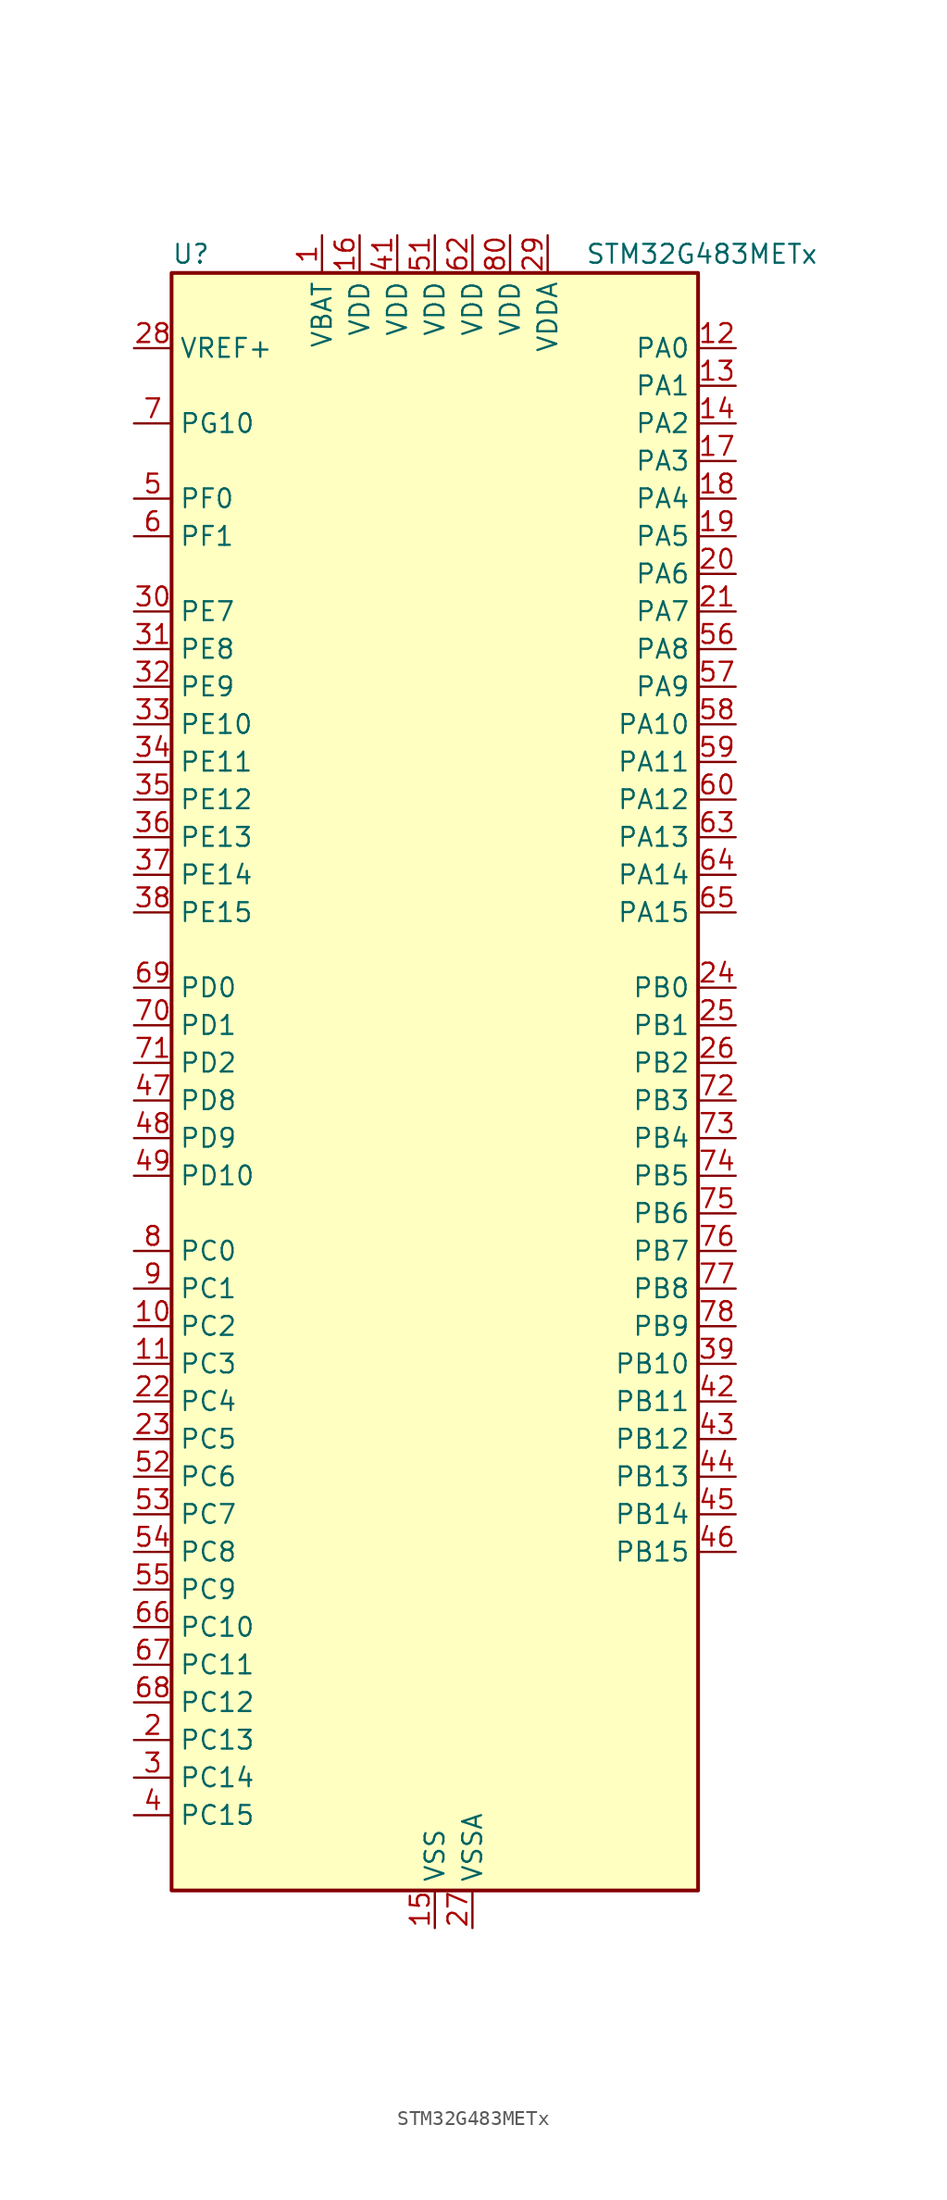
<source format=kicad_sym>
(kicad_symbol_lib
  (version 20241209)
  (generator "kicad_symbol_editor")
  (generator_version "9.0")
  (symbol "STM32G483METx"
    (property "Reference" "U"
      (at -17.78 57.15 0)
      (effects (font (size 1.27 1.27)) (justify left)))
    (property "Value" "STM32G483METx"
      (at 10.16 57.15 0)
      (effects (font (size 1.27 1.27)) (justify left)))
    (symbol "STM32G483METx_0_1"
      (rectangle (start -17.78 -53.34) (end 17.78 55.88) (stroke (width 0.254) (type default)) (fill (type background))))
    (symbol "STM32G483METx_1_1"
      (pin input line (at -20.32 50.8 0) (length 2.54) (name "VREF+" (effects (font (size 1.27 1.27)))) (number "28" (effects (font (size 1.27 1.27)))) (alternate "VREFBUF_OUT" bidirectional line))
      (pin bidirectional line (at -20.32 45.72 0) (length 2.54) (name "PG10" (effects (font (size 1.27 1.27)))) (number "7" (effects (font (size 1.27 1.27)))) (alternate "DAC1_EXTI10" bidirectional line) (alternate "DAC2_EXTI10" bidirectional line) (alternate "DAC3_EXTI10" bidirectional line) (alternate "DAC4_EXTI10" bidirectional line) (alternate "RCC_MCO" bidirectional line))
      (pin bidirectional line (at -20.32 40.64 0) (length 2.54) (name "PF0" (effects (font (size 1.27 1.27)))) (number "5" (effects (font (size 1.27 1.27)))) (alternate "ADC1_IN10" bidirectional line) (alternate "I2C2_SDA" bidirectional line) (alternate "I2S2_WS" bidirectional line) (alternate "RCC_OSC_IN" bidirectional line) (alternate "SPI2_NSS" bidirectional line) (alternate "TIM1_CH3N" bidirectional line))
      (pin bidirectional line (at -20.32 38.1 0) (length 2.54) (name "PF1" (effects (font (size 1.27 1.27)))) (number "6" (effects (font (size 1.27 1.27)))) (alternate "ADC2_IN10" bidirectional line) (alternate "COMP3_INM" bidirectional line) (alternate "I2S2_CK" bidirectional line) (alternate "RCC_OSC_OUT" bidirectional line) (alternate "SPI2_SCK" bidirectional line))
      (pin bidirectional line (at -20.32 33.02 0) (length 2.54) (name "PE7" (effects (font (size 1.27 1.27)))) (number "30" (effects (font (size 1.27 1.27)))) (alternate "ADC3_IN4" bidirectional line) (alternate "COMP4_INP" bidirectional line) (alternate "SAI1_SD_B" bidirectional line) (alternate "TIM1_ETR" bidirectional line))
      (pin bidirectional line (at -20.32 30.48 0) (length 2.54) (name "PE8" (effects (font (size 1.27 1.27)))) (number "31" (effects (font (size 1.27 1.27)))) (alternate "ADC3_IN6" bidirectional line) (alternate "ADC4_IN6" bidirectional line) (alternate "ADC5_IN6" bidirectional line) (alternate "COMP4_INM" bidirectional line) (alternate "SAI1_SCK_B" bidirectional line) (alternate "TIM1_CH1N" bidirectional line) (alternate "TIM5_CH3" bidirectional line))
      (pin bidirectional line (at -20.32 27.94 0) (length 2.54) (name "PE9" (effects (font (size 1.27 1.27)))) (number "32" (effects (font (size 1.27 1.27)))) (alternate "ADC3_IN2" bidirectional line) (alternate "DAC1_EXTI9" bidirectional line) (alternate "DAC2_EXTI9" bidirectional line) (alternate "DAC3_EXTI9" bidirectional line) (alternate "DAC4_EXTI9" bidirectional line) (alternate "SAI1_FS_B" bidirectional line) (alternate "TIM1_CH1" bidirectional line) (alternate "TIM5_CH4" bidirectional line))
      (pin bidirectional line (at -20.32 25.4 0) (length 2.54) (name "PE10" (effects (font (size 1.27 1.27)))) (number "33" (effects (font (size 1.27 1.27)))) (alternate "ADC3_IN14" bidirectional line) (alternate "ADC4_IN14" bidirectional line) (alternate "ADC5_IN14" bidirectional line) (alternate "DAC1_EXTI10" bidirectional line) (alternate "DAC2_EXTI10" bidirectional line) (alternate "DAC3_EXTI10" bidirectional line) (alternate "DAC4_EXTI10" bidirectional line) (alternate "QUADSPI1_CLK" bidirectional line) (alternate "SAI1_MCLK_B" bidirectional line) (alternate "TIM1_CH2N" bidirectional line))
      (pin bidirectional line (at -20.32 22.86 0) (length 2.54) (name "PE11" (effects (font (size 1.27 1.27)))) (number "34" (effects (font (size 1.27 1.27)))) (alternate "ADC1_EXTI11" bidirectional line) (alternate "ADC2_EXTI11" bidirectional line) (alternate "ADC3_IN15" bidirectional line) (alternate "ADC4_IN15" bidirectional line) (alternate "ADC5_IN15" bidirectional line) (alternate "QUADSPI1_BK1_NCS" bidirectional line) (alternate "SPI4_NSS" bidirectional line) (alternate "TIM1_CH2" bidirectional line))
      (pin bidirectional line (at -20.32 20.32 0) (length 2.54) (name "PE12" (effects (font (size 1.27 1.27)))) (number "35" (effects (font (size 1.27 1.27)))) (alternate "ADC3_IN16" bidirectional line) (alternate "ADC4_IN16" bidirectional line) (alternate "ADC5_IN16" bidirectional line) (alternate "QUADSPI1_BK1_IO0" bidirectional line) (alternate "SPI4_SCK" bidirectional line) (alternate "TIM1_CH3N" bidirectional line))
      (pin bidirectional line (at -20.32 17.78 0) (length 2.54) (name "PE13" (effects (font (size 1.27 1.27)))) (number "36" (effects (font (size 1.27 1.27)))) (alternate "ADC3_IN3" bidirectional line) (alternate "QUADSPI1_BK1_IO1" bidirectional line) (alternate "SPI4_MISO" bidirectional line) (alternate "TIM1_CH3" bidirectional line))
      (pin bidirectional line (at -20.32 15.24 0) (length 2.54) (name "PE14" (effects (font (size 1.27 1.27)))) (number "37" (effects (font (size 1.27 1.27)))) (alternate "ADC4_IN1" bidirectional line) (alternate "QUADSPI1_BK1_IO2" bidirectional line) (alternate "SPI4_MOSI" bidirectional line) (alternate "TIM1_BKIN2" bidirectional line) (alternate "TIM1_CH4" bidirectional line))
      (pin bidirectional line (at -20.32 12.7 0) (length 2.54) (name "PE15" (effects (font (size 1.27 1.27)))) (number "38" (effects (font (size 1.27 1.27)))) (alternate "ADC1_EXTI15" bidirectional line) (alternate "ADC2_EXTI15" bidirectional line) (alternate "ADC4_IN2" bidirectional line) (alternate "QUADSPI1_BK1_IO3" bidirectional line) (alternate "TIM1_BKIN" bidirectional line) (alternate "TIM1_CH4N" bidirectional line) (alternate "USART3_RX" bidirectional line))
      (pin bidirectional line (at -20.32 7.62 0) (length 2.54) (name "PD0" (effects (font (size 1.27 1.27)))) (number "69" (effects (font (size 1.27 1.27)))) (alternate "FDCAN1_RX" bidirectional line) (alternate "TIM8_CH4N" bidirectional line))
      (pin bidirectional line (at -20.32 5.08 0) (length 2.54) (name "PD1" (effects (font (size 1.27 1.27)))) (number "70" (effects (font (size 1.27 1.27)))) (alternate "FDCAN1_TX" bidirectional line) (alternate "TIM8_BKIN2" bidirectional line) (alternate "TIM8_CH4" bidirectional line))
      (pin bidirectional line (at -20.32 2.54 0) (length 2.54) (name "PD2" (effects (font (size 1.27 1.27)))) (number "71" (effects (font (size 1.27 1.27)))) (alternate "ADC3_EXTI2" bidirectional line) (alternate "ADC4_EXTI2" bidirectional line) (alternate "ADC5_EXTI2" bidirectional line) (alternate "TIM3_ETR" bidirectional line) (alternate "TIM8_BKIN" bidirectional line) (alternate "UART5_RX" bidirectional line))
      (pin bidirectional line (at -20.32 0 0) (length 2.54) (name "PD8" (effects (font (size 1.27 1.27)))) (number "47" (effects (font (size 1.27 1.27)))) (alternate "ADC4_IN12" bidirectional line) (alternate "ADC5_IN12" bidirectional line) (alternate "OPAMP4_VINM" bidirectional line) (alternate "OPAMP4_VINM1" bidirectional line) (alternate "OPAMP4_VINM_SEC" bidirectional line) (alternate "USART3_TX" bidirectional line))
      (pin bidirectional line (at -20.32 -2.54 0) (length 2.54) (name "PD9" (effects (font (size 1.27 1.27)))) (number "48" (effects (font (size 1.27 1.27)))) (alternate "ADC4_IN13" bidirectional line) (alternate "ADC5_IN13" bidirectional line) (alternate "DAC1_EXTI9" bidirectional line) (alternate "DAC2_EXTI9" bidirectional line) (alternate "DAC3_EXTI9" bidirectional line) (alternate "DAC4_EXTI9" bidirectional line) (alternate "OPAMP6_VINP" bidirectional line) (alternate "OPAMP6_VINP_SEC" bidirectional line) (alternate "USART3_RX" bidirectional line))
      (pin bidirectional line (at -20.32 -5.08 0) (length 2.54) (name "PD10" (effects (font (size 1.27 1.27)))) (number "49" (effects (font (size 1.27 1.27)))) (alternate "ADC3_IN7" bidirectional line) (alternate "ADC4_IN7" bidirectional line) (alternate "ADC5_IN7" bidirectional line) (alternate "COMP6_INM" bidirectional line) (alternate "DAC1_EXTI10" bidirectional line) (alternate "DAC2_EXTI10" bidirectional line) (alternate "DAC3_EXTI10" bidirectional line) (alternate "DAC4_EXTI10" bidirectional line) (alternate "USART3_CK" bidirectional line))
      (pin bidirectional line (at -20.32 -10.16 0) (length 2.54) (name "PC0" (effects (font (size 1.27 1.27)))) (number "8" (effects (font (size 1.27 1.27)))) (alternate "ADC1_IN6" bidirectional line) (alternate "ADC2_IN6" bidirectional line) (alternate "COMP3_INM" bidirectional line) (alternate "LPTIM1_IN1" bidirectional line) (alternate "LPUART1_RX" bidirectional line) (alternate "TIM1_CH1" bidirectional line))
      (pin bidirectional line (at -20.32 -12.7 0) (length 2.54) (name "PC1" (effects (font (size 1.27 1.27)))) (number "9" (effects (font (size 1.27 1.27)))) (alternate "ADC1_IN7" bidirectional line) (alternate "ADC2_IN7" bidirectional line) (alternate "COMP3_INP" bidirectional line) (alternate "LPTIM1_OUT" bidirectional line) (alternate "LPUART1_TX" bidirectional line) (alternate "QUADSPI1_BK2_IO0" bidirectional line) (alternate "SAI1_SD_A" bidirectional line) (alternate "TIM1_CH2" bidirectional line))
      (pin bidirectional line (at -20.32 -15.24 0) (length 2.54) (name "PC2" (effects (font (size 1.27 1.27)))) (number "10" (effects (font (size 1.27 1.27)))) (alternate "ADC1_IN8" bidirectional line) (alternate "ADC2_IN8" bidirectional line) (alternate "ADC3_EXTI2" bidirectional line) (alternate "ADC4_EXTI2" bidirectional line) (alternate "ADC5_EXTI2" bidirectional line) (alternate "COMP3_OUT" bidirectional line) (alternate "LPTIM1_IN2" bidirectional line) (alternate "QUADSPI1_BK2_IO1" bidirectional line) (alternate "TIM1_CH3" bidirectional line) (alternate "TIM20_CH2" bidirectional line))
      (pin bidirectional line (at -20.32 -17.78 0) (length 2.54) (name "PC3" (effects (font (size 1.27 1.27)))) (number "11" (effects (font (size 1.27 1.27)))) (alternate "ADC1_IN9" bidirectional line) (alternate "ADC2_IN9" bidirectional line) (alternate "ADC3_EXTI3" bidirectional line) (alternate "ADC4_EXTI3" bidirectional line) (alternate "ADC5_EXTI3" bidirectional line) (alternate "LPTIM1_ETR" bidirectional line) (alternate "OPAMP5_VINP" bidirectional line) (alternate "OPAMP5_VINP_SEC" bidirectional line) (alternate "QUADSPI1_BK2_IO2" bidirectional line) (alternate "SAI1_D1" bidirectional line) (alternate "SAI1_SD_A" bidirectional line) (alternate "TIM1_BKIN2" bidirectional line) (alternate "TIM1_CH4" bidirectional line))
      (pin bidirectional line (at -20.32 -20.32 0) (length 2.54) (name "PC4" (effects (font (size 1.27 1.27)))) (number "22" (effects (font (size 1.27 1.27)))) (alternate "ADC2_IN5" bidirectional line) (alternate "I2C2_SCL" bidirectional line) (alternate "QUADSPI1_BK2_IO3" bidirectional line) (alternate "TIM1_ETR" bidirectional line) (alternate "USART1_TX" bidirectional line))
      (pin bidirectional line (at -20.32 -22.86 0) (length 2.54) (name "PC5" (effects (font (size 1.27 1.27)))) (number "23" (effects (font (size 1.27 1.27)))) (alternate "ADC2_IN11" bidirectional line) (alternate "OPAMP1_VINM" bidirectional line) (alternate "OPAMP1_VINM1" bidirectional line) (alternate "OPAMP1_VINM_SEC" bidirectional line) (alternate "OPAMP2_VINM" bidirectional line) (alternate "OPAMP2_VINM1" bidirectional line) (alternate "OPAMP2_VINM_SEC" bidirectional line) (alternate "SAI1_D3" bidirectional line) (alternate "SYS_WKUP5" bidirectional line) (alternate "TIM15_BKIN" bidirectional line) (alternate "TIM1_CH4N" bidirectional line) (alternate "USART1_RX" bidirectional line))
      (pin bidirectional line (at -20.32 -25.4 0) (length 2.54) (name "PC6" (effects (font (size 1.27 1.27)))) (number "52" (effects (font (size 1.27 1.27)))) (alternate "COMP6_OUT" bidirectional line) (alternate "I2C4_SCL" bidirectional line) (alternate "I2S2_MCK" bidirectional line) (alternate "TIM3_CH1" bidirectional line) (alternate "TIM8_CH1" bidirectional line))
      (pin bidirectional line (at -20.32 -27.94 0) (length 2.54) (name "PC7" (effects (font (size 1.27 1.27)))) (number "53" (effects (font (size 1.27 1.27)))) (alternate "COMP5_OUT" bidirectional line) (alternate "I2C4_SDA" bidirectional line) (alternate "I2S3_MCK" bidirectional line) (alternate "TIM3_CH2" bidirectional line) (alternate "TIM8_CH2" bidirectional line))
      (pin bidirectional line (at -20.32 -30.48 0) (length 2.54) (name "PC8" (effects (font (size 1.27 1.27)))) (number "54" (effects (font (size 1.27 1.27)))) (alternate "COMP7_OUT" bidirectional line) (alternate "I2C3_SCL" bidirectional line) (alternate "TIM20_CH3" bidirectional line) (alternate "TIM3_CH3" bidirectional line) (alternate "TIM8_CH3" bidirectional line))
      (pin bidirectional line (at -20.32 -33.02 0) (length 2.54) (name "PC9" (effects (font (size 1.27 1.27)))) (number "55" (effects (font (size 1.27 1.27)))) (alternate "DAC1_EXTI9" bidirectional line) (alternate "DAC2_EXTI9" bidirectional line) (alternate "DAC3_EXTI9" bidirectional line) (alternate "DAC4_EXTI9" bidirectional line) (alternate "I2C3_SDA" bidirectional line) (alternate "I2S_CKIN" bidirectional line) (alternate "TIM3_CH4" bidirectional line) (alternate "TIM8_BKIN2" bidirectional line) (alternate "TIM8_CH4" bidirectional line))
      (pin bidirectional line (at -20.32 -35.56 0) (length 2.54) (name "PC10" (effects (font (size 1.27 1.27)))) (number "66" (effects (font (size 1.27 1.27)))) (alternate "DAC1_EXTI10" bidirectional line) (alternate "DAC2_EXTI10" bidirectional line) (alternate "DAC3_EXTI10" bidirectional line) (alternate "DAC4_EXTI10" bidirectional line) (alternate "I2S3_CK" bidirectional line) (alternate "SPI3_SCK" bidirectional line) (alternate "TIM8_CH1N" bidirectional line) (alternate "UART4_TX" bidirectional line) (alternate "USART3_TX" bidirectional line))
      (pin bidirectional line (at -20.32 -38.1 0) (length 2.54) (name "PC11" (effects (font (size 1.27 1.27)))) (number "67" (effects (font (size 1.27 1.27)))) (alternate "ADC1_EXTI11" bidirectional line) (alternate "ADC2_EXTI11" bidirectional line) (alternate "I2C3_SDA" bidirectional line) (alternate "SPI3_MISO" bidirectional line) (alternate "TIM8_CH2N" bidirectional line) (alternate "UART4_RX" bidirectional line) (alternate "USART3_RX" bidirectional line))
      (pin bidirectional line (at -20.32 -40.64 0) (length 2.54) (name "PC12" (effects (font (size 1.27 1.27)))) (number "68" (effects (font (size 1.27 1.27)))) (alternate "I2S3_SD" bidirectional line) (alternate "SPI3_MOSI" bidirectional line) (alternate "TIM5_CH2" bidirectional line) (alternate "TIM8_CH3N" bidirectional line) (alternate "UART5_TX" bidirectional line) (alternate "UCPD1_FRSTX1" bidirectional line) (alternate "UCPD1_FRSTX2" bidirectional line) (alternate "USART3_CK" bidirectional line))
      (pin bidirectional line (at -20.32 -43.18 0) (length 2.54) (name "PC13" (effects (font (size 1.27 1.27)))) (number "2" (effects (font (size 1.27 1.27)))) (alternate "RTC_OUT1" bidirectional line) (alternate "RTC_TAMP1" bidirectional line) (alternate "RTC_TS" bidirectional line) (alternate "SYS_WKUP2" bidirectional line) (alternate "TIM1_BKIN" bidirectional line) (alternate "TIM1_CH1N" bidirectional line) (alternate "TIM8_CH4N" bidirectional line))
      (pin bidirectional line (at -20.32 -45.72 0) (length 2.54) (name "PC14" (effects (font (size 1.27 1.27)))) (number "3" (effects (font (size 1.27 1.27)))) (alternate "RCC_OSC32_IN" bidirectional line))
      (pin bidirectional line (at -20.32 -48.26 0) (length 2.54) (name "PC15" (effects (font (size 1.27 1.27)))) (number "4" (effects (font (size 1.27 1.27)))) (alternate "ADC1_EXTI15" bidirectional line) (alternate "ADC2_EXTI15" bidirectional line) (alternate "RCC_OSC32_OUT" bidirectional line))
      (pin power_in line (at -7.62 58.42 270) (length 2.54) (name "VBAT" (effects (font (size 1.27 1.27)))) (number "1" (effects (font (size 1.27 1.27)))))
      (pin power_in line (at -5.08 58.42 270) (length 2.54) (name "VDD" (effects (font (size 1.27 1.27)))) (number "16" (effects (font (size 1.27 1.27)))))
      (pin power_in line (at -2.54 58.42 270) (length 2.54) (name "VDD" (effects (font (size 1.27 1.27)))) (number "41" (effects (font (size 1.27 1.27)))))
      (pin power_in line (at 0 58.42 270) (length 2.54) (name "VDD" (effects (font (size 1.27 1.27)))) (number "51" (effects (font (size 1.27 1.27)))))
      (pin power_in line (at 0 -55.88 90) (length 2.54) (name "VSS" (effects (font (size 1.27 1.27)))) (number "15" (effects (font (size 1.27 1.27)))))
      (pin passive line (at 0 -55.88 90) (length 2.54) (hide yes) (name "VSS" (effects (font (size 1.27 1.27)))) (number "40" (effects (font (size 1.27 1.27)))))
      (pin passive line (at 0 -55.88 90) (length 2.54) (hide yes) (name "VSS" (effects (font (size 1.27 1.27)))) (number "50" (effects (font (size 1.27 1.27)))))
      (pin passive line (at 0 -55.88 90) (length 2.54) (hide yes) (name "VSS" (effects (font (size 1.27 1.27)))) (number "61" (effects (font (size 1.27 1.27)))))
      (pin passive line (at 0 -55.88 90) (length 2.54) (hide yes) (name "VSS" (effects (font (size 1.27 1.27)))) (number "79" (effects (font (size 1.27 1.27)))))
      (pin power_in line (at 2.54 58.42 270) (length 2.54) (name "VDD" (effects (font (size 1.27 1.27)))) (number "62" (effects (font (size 1.27 1.27)))))
      (pin power_in line (at 2.54 -55.88 90) (length 2.54) (name "VSSA" (effects (font (size 1.27 1.27)))) (number "27" (effects (font (size 1.27 1.27)))))
      (pin power_in line (at 5.08 58.42 270) (length 2.54) (name "VDD" (effects (font (size 1.27 1.27)))) (number "80" (effects (font (size 1.27 1.27)))))
      (pin power_in line (at 7.62 58.42 270) (length 2.54) (name "VDDA" (effects (font (size 1.27 1.27)))) (number "29" (effects (font (size 1.27 1.27)))))
      (pin bidirectional line (at 20.32 50.8 180) (length 2.54) (name "PA0" (effects (font (size 1.27 1.27)))) (number "12" (effects (font (size 1.27 1.27)))) (alternate "ADC1_IN1" bidirectional line) (alternate "ADC2_IN1" bidirectional line) (alternate "COMP1_INM" bidirectional line) (alternate "COMP1_OUT" bidirectional line) (alternate "COMP3_INP" bidirectional line) (alternate "RTC_TAMP2" bidirectional line) (alternate "SYS_WKUP1" bidirectional line) (alternate "TIM2_CH1" bidirectional line) (alternate "TIM2_ETR" bidirectional line) (alternate "TIM5_CH1" bidirectional line) (alternate "TIM8_BKIN" bidirectional line) (alternate "TIM8_ETR" bidirectional line) (alternate "USART2_CTS" bidirectional line) (alternate "USART2_NSS" bidirectional line))
      (pin bidirectional line (at 20.32 48.26 180) (length 2.54) (name "PA1" (effects (font (size 1.27 1.27)))) (number "13" (effects (font (size 1.27 1.27)))) (alternate "ADC1_IN2" bidirectional line) (alternate "ADC2_IN2" bidirectional line) (alternate "COMP1_INP" bidirectional line) (alternate "OPAMP1_VINP" bidirectional line) (alternate "OPAMP1_VINP_SEC" bidirectional line) (alternate "OPAMP3_VINP" bidirectional line) (alternate "OPAMP3_VINP_SEC" bidirectional line) (alternate "OPAMP6_VINM" bidirectional line) (alternate "OPAMP6_VINM0" bidirectional line) (alternate "OPAMP6_VINM_SEC" bidirectional line) (alternate "RTC_REFIN" bidirectional line) (alternate "TIM15_CH1N" bidirectional line) (alternate "TIM2_CH2" bidirectional line) (alternate "TIM5_CH2" bidirectional line) (alternate "USART2_DE" bidirectional line) (alternate "USART2_RTS" bidirectional line))
      (pin bidirectional line (at 20.32 45.72 180) (length 2.54) (name "PA2" (effects (font (size 1.27 1.27)))) (number "14" (effects (font (size 1.27 1.27)))) (alternate "ADC1_IN3" bidirectional line) (alternate "ADC3_EXTI2" bidirectional line) (alternate "ADC4_EXTI2" bidirectional line) (alternate "ADC5_EXTI2" bidirectional line) (alternate "COMP2_INM" bidirectional line) (alternate "COMP2_OUT" bidirectional line) (alternate "LPUART1_TX" bidirectional line) (alternate "OPAMP1_VOUT" bidirectional line) (alternate "QUADSPI1_BK1_NCS" bidirectional line) (alternate "RCC_LSCO" bidirectional line) (alternate "SYS_WKUP4" bidirectional line) (alternate "TIM15_CH1" bidirectional line) (alternate "TIM2_CH3" bidirectional line) (alternate "TIM5_CH3" bidirectional line) (alternate "UCPD1_FRSTX1" bidirectional line) (alternate "UCPD1_FRSTX2" bidirectional line) (alternate "USART2_TX" bidirectional line))
      (pin bidirectional line (at 20.32 43.18 180) (length 2.54) (name "PA3" (effects (font (size 1.27 1.27)))) (number "17" (effects (font (size 1.27 1.27)))) (alternate "ADC1_IN4" bidirectional line) (alternate "ADC3_EXTI3" bidirectional line) (alternate "ADC4_EXTI3" bidirectional line) (alternate "ADC5_EXTI3" bidirectional line) (alternate "COMP2_INP" bidirectional line) (alternate "LPUART1_RX" bidirectional line) (alternate "OPAMP1_VINM" bidirectional line) (alternate "OPAMP1_VINM0" bidirectional line) (alternate "OPAMP1_VINM_SEC" bidirectional line) (alternate "OPAMP1_VINP" bidirectional line) (alternate "OPAMP1_VINP_SEC" bidirectional line) (alternate "OPAMP5_VINM" bidirectional line) (alternate "OPAMP5_VINM1" bidirectional line) (alternate "OPAMP5_VINM_SEC" bidirectional line) (alternate "QUADSPI1_CLK" bidirectional line) (alternate "SAI1_CK1" bidirectional line) (alternate "SAI1_MCLK_A" bidirectional line) (alternate "TIM15_CH2" bidirectional line) (alternate "TIM2_CH4" bidirectional line) (alternate "TIM5_CH4" bidirectional line) (alternate "USART2_RX" bidirectional line))
      (pin bidirectional line (at 20.32 40.64 180) (length 2.54) (name "PA4" (effects (font (size 1.27 1.27)))) (number "18" (effects (font (size 1.27 1.27)))) (alternate "ADC2_IN17" bidirectional line) (alternate "COMP1_INM" bidirectional line) (alternate "DAC1_OUT1" bidirectional line) (alternate "I2S3_WS" bidirectional line) (alternate "SAI1_FS_B" bidirectional line) (alternate "SPI1_NSS" bidirectional line) (alternate "SPI3_NSS" bidirectional line) (alternate "TIM3_CH2" bidirectional line) (alternate "USART2_CK" bidirectional line))
      (pin bidirectional line (at 20.32 38.1 180) (length 2.54) (name "PA5" (effects (font (size 1.27 1.27)))) (number "19" (effects (font (size 1.27 1.27)))) (alternate "ADC2_IN13" bidirectional line) (alternate "COMP2_INM" bidirectional line) (alternate "DAC1_OUT2" bidirectional line) (alternate "OPAMP2_VINM" bidirectional line) (alternate "OPAMP2_VINM0" bidirectional line) (alternate "OPAMP2_VINM_SEC" bidirectional line) (alternate "SPI1_SCK" bidirectional line) (alternate "TIM2_CH1" bidirectional line) (alternate "TIM2_ETR" bidirectional line) (alternate "UCPD1_FRSTX1" bidirectional line) (alternate "UCPD1_FRSTX2" bidirectional line))
      (pin bidirectional line (at 20.32 35.56 180) (length 2.54) (name "PA6" (effects (font (size 1.27 1.27)))) (number "20" (effects (font (size 1.27 1.27)))) (alternate "ADC2_IN3" bidirectional line) (alternate "COMP1_OUT" bidirectional line) (alternate "DAC2_OUT1" bidirectional line) (alternate "LPUART1_CTS" bidirectional line) (alternate "OPAMP2_VOUT" bidirectional line) (alternate "QUADSPI1_BK1_IO3" bidirectional line) (alternate "SPI1_MISO" bidirectional line) (alternate "TIM16_CH1" bidirectional line) (alternate "TIM1_BKIN" bidirectional line) (alternate "TIM3_CH1" bidirectional line) (alternate "TIM8_BKIN" bidirectional line))
      (pin bidirectional line (at 20.32 33.02 180) (length 2.54) (name "PA7" (effects (font (size 1.27 1.27)))) (number "21" (effects (font (size 1.27 1.27)))) (alternate "ADC2_IN4" bidirectional line) (alternate "COMP2_INP" bidirectional line) (alternate "COMP2_OUT" bidirectional line) (alternate "OPAMP1_VINP" bidirectional line) (alternate "OPAMP1_VINP_SEC" bidirectional line) (alternate "OPAMP2_VINP" bidirectional line) (alternate "OPAMP2_VINP_SEC" bidirectional line) (alternate "QUADSPI1_BK1_IO2" bidirectional line) (alternate "SPI1_MOSI" bidirectional line) (alternate "TIM17_CH1" bidirectional line) (alternate "TIM1_CH1N" bidirectional line) (alternate "TIM3_CH2" bidirectional line) (alternate "TIM8_CH1N" bidirectional line) (alternate "UCPD1_FRSTX1" bidirectional line) (alternate "UCPD1_FRSTX2" bidirectional line))
      (pin bidirectional line (at 20.32 30.48 180) (length 2.54) (name "PA8" (effects (font (size 1.27 1.27)))) (number "56" (effects (font (size 1.27 1.27)))) (alternate "ADC5_IN1" bidirectional line) (alternate "COMP7_OUT" bidirectional line) (alternate "FDCAN3_RX" bidirectional line) (alternate "I2C2_SDA" bidirectional line) (alternate "I2C3_SCL" bidirectional line) (alternate "I2S2_MCK" bidirectional line) (alternate "OPAMP5_VOUT" bidirectional line) (alternate "RCC_MCO" bidirectional line) (alternate "SAI1_CK2" bidirectional line) (alternate "SAI1_SCK_A" bidirectional line) (alternate "TIM1_CH1" bidirectional line) (alternate "TIM4_ETR" bidirectional line) (alternate "USART1_CK" bidirectional line))
      (pin bidirectional line (at 20.32 27.94 180) (length 2.54) (name "PA9" (effects (font (size 1.27 1.27)))) (number "57" (effects (font (size 1.27 1.27)))) (alternate "ADC5_IN2" bidirectional line) (alternate "COMP5_OUT" bidirectional line) (alternate "DAC1_EXTI9" bidirectional line) (alternate "DAC2_EXTI9" bidirectional line) (alternate "DAC3_EXTI9" bidirectional line) (alternate "DAC4_EXTI9" bidirectional line) (alternate "I2C2_SCL" bidirectional line) (alternate "I2C3_SMBA" bidirectional line) (alternate "I2S3_MCK" bidirectional line) (alternate "SAI1_FS_A" bidirectional line) (alternate "TIM15_BKIN" bidirectional line) (alternate "TIM1_CH2" bidirectional line) (alternate "TIM2_CH3" bidirectional line) (alternate "UCPD1_DBCC1" bidirectional line) (alternate "USART1_TX" bidirectional line))
      (pin bidirectional line (at 20.32 25.4 180) (length 2.54) (name "PA10" (effects (font (size 1.27 1.27)))) (number "58" (effects (font (size 1.27 1.27)))) (alternate "COMP6_OUT" bidirectional line) (alternate "CRS_SYNC" bidirectional line) (alternate "DAC1_EXTI10" bidirectional line) (alternate "DAC2_EXTI10" bidirectional line) (alternate "DAC3_EXTI10" bidirectional line) (alternate "DAC4_EXTI10" bidirectional line) (alternate "I2C2_SMBA" bidirectional line) (alternate "SAI1_D1" bidirectional line) (alternate "SAI1_SD_A" bidirectional line) (alternate "SPI2_MISO" bidirectional line) (alternate "TIM17_BKIN" bidirectional line) (alternate "TIM1_CH3" bidirectional line) (alternate "TIM2_CH4" bidirectional line) (alternate "TIM8_BKIN" bidirectional line) (alternate "UCPD1_DBCC2" bidirectional line) (alternate "USART1_RX" bidirectional line))
      (pin bidirectional line (at 20.32 22.86 180) (length 2.54) (name "PA11" (effects (font (size 1.27 1.27)))) (number "59" (effects (font (size 1.27 1.27)))) (alternate "ADC1_EXTI11" bidirectional line) (alternate "ADC2_EXTI11" bidirectional line) (alternate "COMP1_OUT" bidirectional line) (alternate "FDCAN1_RX" bidirectional line) (alternate "I2S2_SD" bidirectional line) (alternate "SPI2_MOSI" bidirectional line) (alternate "TIM1_BKIN2" bidirectional line) (alternate "TIM1_CH1N" bidirectional line) (alternate "TIM1_CH4" bidirectional line) (alternate "TIM4_CH1" bidirectional line) (alternate "USART1_CTS" bidirectional line) (alternate "USART1_NSS" bidirectional line) (alternate "USB_DM" bidirectional line))
      (pin bidirectional line (at 20.32 20.32 180) (length 2.54) (name "PA12" (effects (font (size 1.27 1.27)))) (number "60" (effects (font (size 1.27 1.27)))) (alternate "COMP2_OUT" bidirectional line) (alternate "FDCAN1_TX" bidirectional line) (alternate "I2S_CKIN" bidirectional line) (alternate "TIM16_CH1" bidirectional line) (alternate "TIM1_CH2N" bidirectional line) (alternate "TIM1_ETR" bidirectional line) (alternate "TIM4_CH2" bidirectional line) (alternate "USART1_DE" bidirectional line) (alternate "USART1_RTS" bidirectional line) (alternate "USB_DP" bidirectional line))
      (pin bidirectional line (at 20.32 17.78 180) (length 2.54) (name "PA13" (effects (font (size 1.27 1.27)))) (number "63" (effects (font (size 1.27 1.27)))) (alternate "I2C1_SCL" bidirectional line) (alternate "I2C4_SCL" bidirectional line) (alternate "IR_OUT" bidirectional line) (alternate "SAI1_SD_B" bidirectional line) (alternate "SYS_JTMS-SWDIO" bidirectional line) (alternate "TIM16_CH1N" bidirectional line) (alternate "TIM4_CH3" bidirectional line) (alternate "USART3_CTS" bidirectional line) (alternate "USART3_NSS" bidirectional line))
      (pin bidirectional line (at 20.32 15.24 180) (length 2.54) (name "PA14" (effects (font (size 1.27 1.27)))) (number "64" (effects (font (size 1.27 1.27)))) (alternate "I2C1_SDA" bidirectional line) (alternate "I2C4_SMBA" bidirectional line) (alternate "LPTIM1_OUT" bidirectional line) (alternate "SAI1_FS_B" bidirectional line) (alternate "SYS_JTCK-SWCLK" bidirectional line) (alternate "TIM1_BKIN" bidirectional line) (alternate "TIM8_CH2" bidirectional line) (alternate "USART2_TX" bidirectional line))
      (pin bidirectional line (at 20.32 12.7 180) (length 2.54) (name "PA15" (effects (font (size 1.27 1.27)))) (number "65" (effects (font (size 1.27 1.27)))) (alternate "ADC1_EXTI15" bidirectional line) (alternate "ADC2_EXTI15" bidirectional line) (alternate "FDCAN3_TX" bidirectional line) (alternate "I2C1_SCL" bidirectional line) (alternate "I2S3_WS" bidirectional line) (alternate "SPI1_NSS" bidirectional line) (alternate "SPI3_NSS" bidirectional line) (alternate "SYS_JTDI" bidirectional line) (alternate "TIM1_BKIN" bidirectional line) (alternate "TIM2_CH1" bidirectional line) (alternate "TIM2_ETR" bidirectional line) (alternate "TIM8_CH1" bidirectional line) (alternate "UART4_DE" bidirectional line) (alternate "UART4_RTS" bidirectional line) (alternate "USART2_RX" bidirectional line))
      (pin bidirectional line (at 20.32 7.62 180) (length 2.54) (name "PB0" (effects (font (size 1.27 1.27)))) (number "24" (effects (font (size 1.27 1.27)))) (alternate "ADC1_IN15" bidirectional line) (alternate "ADC3_IN12" bidirectional line) (alternate "COMP4_INP" bidirectional line) (alternate "OPAMP2_VINP" bidirectional line) (alternate "OPAMP2_VINP_SEC" bidirectional line) (alternate "OPAMP3_VINP" bidirectional line) (alternate "OPAMP3_VINP_SEC" bidirectional line) (alternate "QUADSPI1_BK1_IO1" bidirectional line) (alternate "TIM1_CH2N" bidirectional line) (alternate "TIM3_CH3" bidirectional line) (alternate "TIM8_CH2N" bidirectional line) (alternate "UCPD1_FRSTX1" bidirectional line) (alternate "UCPD1_FRSTX2" bidirectional line))
      (pin bidirectional line (at 20.32 5.08 180) (length 2.54) (name "PB1" (effects (font (size 1.27 1.27)))) (number "25" (effects (font (size 1.27 1.27)))) (alternate "ADC1_IN12" bidirectional line) (alternate "ADC3_IN1" bidirectional line) (alternate "COMP1_INP" bidirectional line) (alternate "COMP4_OUT" bidirectional line) (alternate "LPUART1_DE" bidirectional line) (alternate "LPUART1_RTS" bidirectional line) (alternate "OPAMP3_VOUT" bidirectional line) (alternate "OPAMP6_VINM" bidirectional line) (alternate "OPAMP6_VINM1" bidirectional line) (alternate "OPAMP6_VINM_SEC" bidirectional line) (alternate "QUADSPI1_BK1_IO0" bidirectional line) (alternate "TIM1_CH3N" bidirectional line) (alternate "TIM3_CH4" bidirectional line) (alternate "TIM8_CH3N" bidirectional line))
      (pin bidirectional line (at 20.32 2.54 180) (length 2.54) (name "PB2" (effects (font (size 1.27 1.27)))) (number "26" (effects (font (size 1.27 1.27)))) (alternate "ADC2_IN12" bidirectional line) (alternate "ADC3_EXTI2" bidirectional line) (alternate "ADC4_EXTI2" bidirectional line) (alternate "ADC5_EXTI2" bidirectional line) (alternate "COMP4_INM" bidirectional line) (alternate "I2C3_SMBA" bidirectional line) (alternate "LPTIM1_OUT" bidirectional line) (alternate "OPAMP3_VINM" bidirectional line) (alternate "OPAMP3_VINM0" bidirectional line) (alternate "OPAMP3_VINM_SEC" bidirectional line) (alternate "QUADSPI1_BK2_IO1" bidirectional line) (alternate "RTC_OUT2" bidirectional line) (alternate "TIM20_CH1" bidirectional line) (alternate "TIM5_CH1" bidirectional line))
      (pin bidirectional line (at 20.32 0 180) (length 2.54) (name "PB3" (effects (font (size 1.27 1.27)))) (number "72" (effects (font (size 1.27 1.27)))) (alternate "ADC3_EXTI3" bidirectional line) (alternate "ADC4_EXTI3" bidirectional line) (alternate "ADC5_EXTI3" bidirectional line) (alternate "CRS_SYNC" bidirectional line) (alternate "FDCAN3_RX" bidirectional line) (alternate "I2S3_CK" bidirectional line) (alternate "SAI1_SCK_B" bidirectional line) (alternate "SPI1_SCK" bidirectional line) (alternate "SPI3_SCK" bidirectional line) (alternate "SYS_JTDO-SWO" bidirectional line) (alternate "TIM2_CH2" bidirectional line) (alternate "TIM3_ETR" bidirectional line) (alternate "TIM4_ETR" bidirectional line) (alternate "TIM8_CH1N" bidirectional line) (alternate "USART2_TX" bidirectional line))
      (pin bidirectional line (at 20.32 -2.54 180) (length 2.54) (name "PB4" (effects (font (size 1.27 1.27)))) (number "73" (effects (font (size 1.27 1.27)))) (alternate "FDCAN3_TX" bidirectional line) (alternate "SAI1_MCLK_B" bidirectional line) (alternate "SPI1_MISO" bidirectional line) (alternate "SPI3_MISO" bidirectional line) (alternate "SYS_JTRST" bidirectional line) (alternate "TIM16_CH1" bidirectional line) (alternate "TIM17_BKIN" bidirectional line) (alternate "TIM3_CH1" bidirectional line) (alternate "TIM8_CH2N" bidirectional line) (alternate "UART5_DE" bidirectional line) (alternate "UART5_RTS" bidirectional line) (alternate "UCPD1_CC2" bidirectional line) (alternate "USART2_RX" bidirectional line))
      (pin bidirectional line (at 20.32 -5.08 180) (length 2.54) (name "PB5" (effects (font (size 1.27 1.27)))) (number "74" (effects (font (size 1.27 1.27)))) (alternate "FDCAN2_RX" bidirectional line) (alternate "I2C1_SMBA" bidirectional line) (alternate "I2C3_SDA" bidirectional line) (alternate "I2S3_SD" bidirectional line) (alternate "LPTIM1_IN1" bidirectional line) (alternate "SAI1_SD_B" bidirectional line) (alternate "SPI1_MOSI" bidirectional line) (alternate "SPI3_MOSI" bidirectional line) (alternate "TIM16_BKIN" bidirectional line) (alternate "TIM17_CH1" bidirectional line) (alternate "TIM3_CH2" bidirectional line) (alternate "TIM8_CH3N" bidirectional line) (alternate "UART5_CTS" bidirectional line) (alternate "USART2_CK" bidirectional line))
      (pin bidirectional line (at 20.32 -7.62 180) (length 2.54) (name "PB6" (effects (font (size 1.27 1.27)))) (number "75" (effects (font (size 1.27 1.27)))) (alternate "COMP4_OUT" bidirectional line) (alternate "FDCAN2_TX" bidirectional line) (alternate "LPTIM1_ETR" bidirectional line) (alternate "SAI1_FS_B" bidirectional line) (alternate "TIM16_CH1N" bidirectional line) (alternate "TIM4_CH1" bidirectional line) (alternate "TIM8_BKIN2" bidirectional line) (alternate "TIM8_CH1" bidirectional line) (alternate "TIM8_ETR" bidirectional line) (alternate "UCPD1_CC1" bidirectional line) (alternate "USART1_TX" bidirectional line))
      (pin bidirectional line (at 20.32 -10.16 180) (length 2.54) (name "PB7" (effects (font (size 1.27 1.27)))) (number "76" (effects (font (size 1.27 1.27)))) (alternate "COMP3_OUT" bidirectional line) (alternate "I2C1_SDA" bidirectional line) (alternate "I2C4_SDA" bidirectional line) (alternate "LPTIM1_IN2" bidirectional line) (alternate "SYS_PVD_IN" bidirectional line) (alternate "TIM17_CH1N" bidirectional line) (alternate "TIM3_CH4" bidirectional line) (alternate "TIM4_CH2" bidirectional line) (alternate "TIM8_BKIN" bidirectional line) (alternate "UART4_CTS" bidirectional line) (alternate "USART1_RX" bidirectional line))
      (pin bidirectional line (at 20.32 -12.7 180) (length 2.54) (name "PB8" (effects (font (size 1.27 1.27)))) (number "77" (effects (font (size 1.27 1.27)))) (alternate "COMP1_OUT" bidirectional line) (alternate "FDCAN1_RX" bidirectional line) (alternate "I2C1_SCL" bidirectional line) (alternate "SAI1_CK1" bidirectional line) (alternate "SAI1_MCLK_A" bidirectional line) (alternate "TIM16_CH1" bidirectional line) (alternate "TIM1_BKIN" bidirectional line) (alternate "TIM4_CH3" bidirectional line) (alternate "TIM8_CH2" bidirectional line) (alternate "USART3_RX" bidirectional line))
      (pin bidirectional line (at 20.32 -15.24 180) (length 2.54) (name "PB9" (effects (font (size 1.27 1.27)))) (number "78" (effects (font (size 1.27 1.27)))) (alternate "COMP2_OUT" bidirectional line) (alternate "DAC1_EXTI9" bidirectional line) (alternate "DAC2_EXTI9" bidirectional line) (alternate "DAC3_EXTI9" bidirectional line) (alternate "DAC4_EXTI9" bidirectional line) (alternate "FDCAN1_TX" bidirectional line) (alternate "I2C1_SDA" bidirectional line) (alternate "IR_OUT" bidirectional line) (alternate "SAI1_D2" bidirectional line) (alternate "SAI1_FS_A" bidirectional line) (alternate "TIM17_CH1" bidirectional line) (alternate "TIM1_CH3N" bidirectional line) (alternate "TIM4_CH4" bidirectional line) (alternate "TIM8_CH3" bidirectional line) (alternate "USART3_TX" bidirectional line))
      (pin bidirectional line (at 20.32 -17.78 180) (length 2.54) (name "PB10" (effects (font (size 1.27 1.27)))) (number "39" (effects (font (size 1.27 1.27)))) (alternate "COMP5_INM" bidirectional line) (alternate "DAC1_EXTI10" bidirectional line) (alternate "DAC2_EXTI10" bidirectional line) (alternate "DAC3_EXTI10" bidirectional line) (alternate "DAC4_EXTI10" bidirectional line) (alternate "LPUART1_RX" bidirectional line) (alternate "OPAMP3_VINM" bidirectional line) (alternate "OPAMP3_VINM1" bidirectional line) (alternate "OPAMP3_VINM_SEC" bidirectional line) (alternate "OPAMP4_VINM" bidirectional line) (alternate "OPAMP4_VINM0" bidirectional line) (alternate "OPAMP4_VINM_SEC" bidirectional line) (alternate "QUADSPI1_CLK" bidirectional line) (alternate "SAI1_SCK_A" bidirectional line) (alternate "TIM1_BKIN" bidirectional line) (alternate "TIM2_CH3" bidirectional line) (alternate "USART3_TX" bidirectional line))
      (pin bidirectional line (at 20.32 -20.32 180) (length 2.54) (name "PB11" (effects (font (size 1.27 1.27)))) (number "42" (effects (font (size 1.27 1.27)))) (alternate "ADC1_EXTI11" bidirectional line) (alternate "ADC1_IN14" bidirectional line) (alternate "ADC2_EXTI11" bidirectional line) (alternate "ADC2_IN14" bidirectional line) (alternate "COMP6_INP" bidirectional line) (alternate "LPUART1_TX" bidirectional line) (alternate "OPAMP4_VINP" bidirectional line) (alternate "OPAMP4_VINP_SEC" bidirectional line) (alternate "OPAMP6_VOUT" bidirectional line) (alternate "QUADSPI1_BK1_NCS" bidirectional line) (alternate "TIM2_CH4" bidirectional line) (alternate "USART3_RX" bidirectional line))
      (pin bidirectional line (at 20.32 -22.86 180) (length 2.54) (name "PB12" (effects (font (size 1.27 1.27)))) (number "43" (effects (font (size 1.27 1.27)))) (alternate "ADC1_IN11" bidirectional line) (alternate "ADC4_IN3" bidirectional line) (alternate "COMP7_INM" bidirectional line) (alternate "FDCAN2_RX" bidirectional line) (alternate "I2C2_SMBA" bidirectional line) (alternate "I2S2_WS" bidirectional line) (alternate "LPUART1_DE" bidirectional line) (alternate "LPUART1_RTS" bidirectional line) (alternate "OPAMP4_VOUT" bidirectional line) (alternate "OPAMP6_VINP" bidirectional line) (alternate "OPAMP6_VINP_SEC" bidirectional line) (alternate "SPI2_NSS" bidirectional line) (alternate "TIM1_BKIN" bidirectional line) (alternate "TIM5_ETR" bidirectional line) (alternate "USART3_CK" bidirectional line))
      (pin bidirectional line (at 20.32 -25.4 180) (length 2.54) (name "PB13" (effects (font (size 1.27 1.27)))) (number "44" (effects (font (size 1.27 1.27)))) (alternate "ADC3_IN5" bidirectional line) (alternate "COMP5_INP" bidirectional line) (alternate "FDCAN2_TX" bidirectional line) (alternate "I2S2_CK" bidirectional line) (alternate "LPUART1_CTS" bidirectional line) (alternate "OPAMP3_VINP" bidirectional line) (alternate "OPAMP3_VINP_SEC" bidirectional line) (alternate "OPAMP4_VINP" bidirectional line) (alternate "OPAMP4_VINP_SEC" bidirectional line) (alternate "OPAMP6_VINP" bidirectional line) (alternate "OPAMP6_VINP_SEC" bidirectional line) (alternate "SPI2_SCK" bidirectional line) (alternate "TIM1_CH1N" bidirectional line) (alternate "USART3_CTS" bidirectional line) (alternate "USART3_NSS" bidirectional line))
      (pin bidirectional line (at 20.32 -27.94 180) (length 2.54) (name "PB14" (effects (font (size 1.27 1.27)))) (number "45" (effects (font (size 1.27 1.27)))) (alternate "ADC1_IN5" bidirectional line) (alternate "ADC4_IN4" bidirectional line) (alternate "COMP4_OUT" bidirectional line) (alternate "COMP7_INP" bidirectional line) (alternate "OPAMP2_VINP" bidirectional line) (alternate "OPAMP2_VINP_SEC" bidirectional line) (alternate "OPAMP5_VINP" bidirectional line) (alternate "OPAMP5_VINP_SEC" bidirectional line) (alternate "SPI2_MISO" bidirectional line) (alternate "TIM15_CH1" bidirectional line) (alternate "TIM1_CH2N" bidirectional line) (alternate "USART3_DE" bidirectional line) (alternate "USART3_RTS" bidirectional line))
      (pin bidirectional line (at 20.32 -30.48 180) (length 2.54) (name "PB15" (effects (font (size 1.27 1.27)))) (number "46" (effects (font (size 1.27 1.27)))) (alternate "ADC1_EXTI15" bidirectional line) (alternate "ADC2_EXTI15" bidirectional line) (alternate "ADC2_IN15" bidirectional line) (alternate "ADC4_IN5" bidirectional line) (alternate "COMP3_OUT" bidirectional line) (alternate "COMP6_INM" bidirectional line) (alternate "I2S2_SD" bidirectional line) (alternate "OPAMP5_VINM" bidirectional line) (alternate "OPAMP5_VINM0" bidirectional line) (alternate "OPAMP5_VINM_SEC" bidirectional line) (alternate "RTC_REFIN" bidirectional line) (alternate "SPI2_MOSI" bidirectional line) (alternate "TIM15_CH1N" bidirectional line) (alternate "TIM15_CH2" bidirectional line) (alternate "TIM1_CH3N" bidirectional line)))))
</source>
